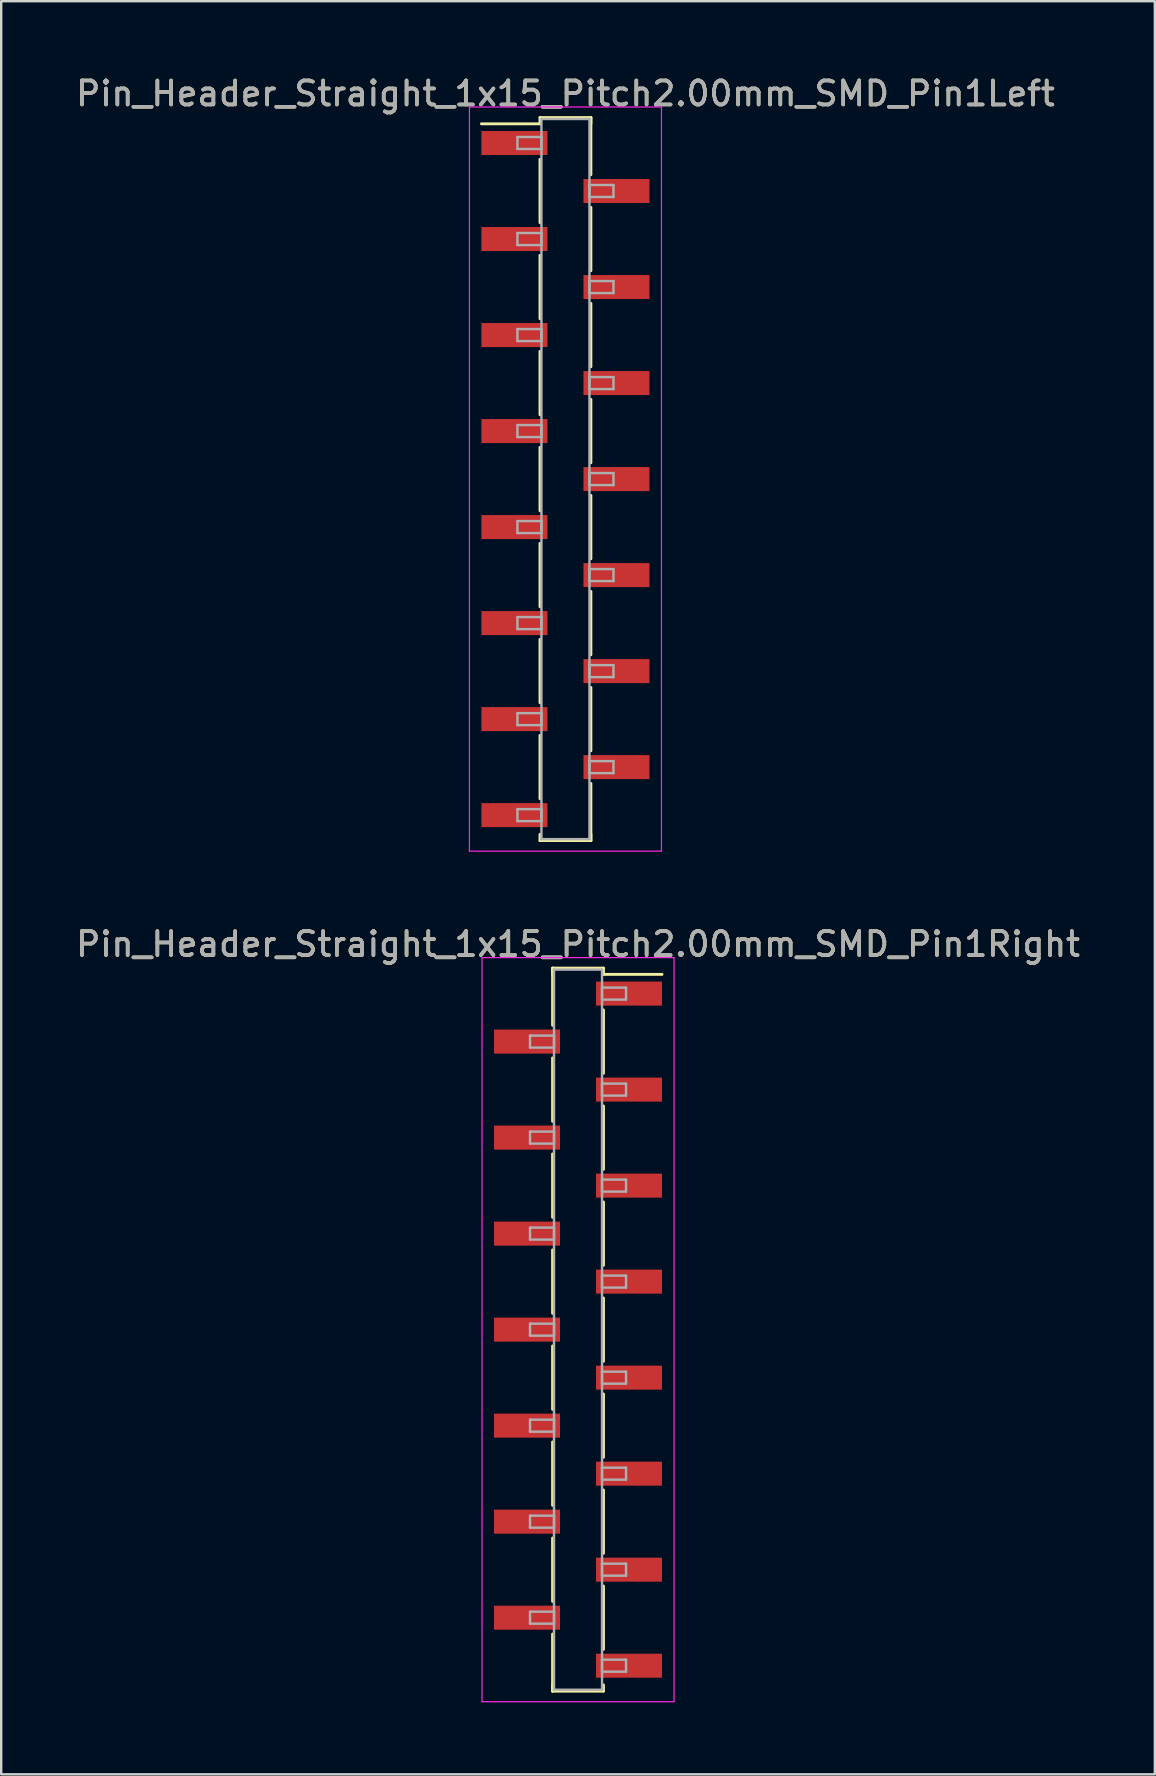
<source format=kicad_pcb>
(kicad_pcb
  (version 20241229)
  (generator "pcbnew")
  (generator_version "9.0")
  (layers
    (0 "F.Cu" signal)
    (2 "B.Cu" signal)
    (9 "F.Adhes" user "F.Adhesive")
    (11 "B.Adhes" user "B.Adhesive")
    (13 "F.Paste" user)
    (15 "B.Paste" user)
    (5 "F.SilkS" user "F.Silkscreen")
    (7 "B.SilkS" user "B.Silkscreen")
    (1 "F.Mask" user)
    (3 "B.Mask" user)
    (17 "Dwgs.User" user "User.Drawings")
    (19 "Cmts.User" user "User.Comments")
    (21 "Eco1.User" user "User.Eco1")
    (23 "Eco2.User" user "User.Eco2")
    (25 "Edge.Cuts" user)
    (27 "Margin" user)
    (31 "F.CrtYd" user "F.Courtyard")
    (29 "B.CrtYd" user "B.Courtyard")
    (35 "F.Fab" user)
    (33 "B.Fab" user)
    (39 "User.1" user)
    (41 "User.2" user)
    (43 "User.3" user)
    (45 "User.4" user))
  (footprint "Pin_Header_Straight_1x15_Pitch2.00mm_SMD_Pin1Right"
    (layer "F.Cu")
    (at 21.03 52.342)
    (property "Reference" "Pin_Header_Straight_1x15_Pitch2.00mm_SMD_Pin1Right" (at 0 -16.06 0) (layer "F.SilkS") (effects (font (size 1 1) (thickness 0.15))))
    (attr smd)
    (fp_line (start -1.06 -15.06) (end -1.06 -12.68) (stroke (width 0.12) (type solid)) (layer "F.SilkS"))
    (fp_line (start -1.06 -15.06) (end 1.06 -15.06) (stroke (width 0.12) (type solid)) (layer "F.SilkS"))
    (fp_line (start -1.06 -14.8) (end -1.06 -15.06) (stroke (width 0.12) (type solid)) (layer "F.SilkS"))
    (fp_line (start -1.06 -11.32) (end -1.06 -8.68) (stroke (width 0.12) (type solid)) (layer "F.SilkS"))
    (fp_line (start -1.06 -7.32) (end -1.06 -4.68) (stroke (width 0.12) (type solid)) (layer "F.SilkS"))
    (fp_line (start -1.06 -3.32) (end -1.06 -0.68) (stroke (width 0.12) (type solid)) (layer "F.SilkS"))
    (fp_line (start -1.06 0.68) (end -1.06 3.32) (stroke (width 0.12) (type solid)) (layer "F.SilkS"))
    (fp_line (start -1.06 4.68) (end -1.06 7.32) (stroke (width 0.12) (type solid)) (layer "F.SilkS"))
    (fp_line (start -1.06 8.68) (end -1.06 11.32) (stroke (width 0.12) (type solid)) (layer "F.SilkS"))
    (fp_line (start -1.06 12.68) (end -1.06 15.06) (stroke (width 0.12) (type solid)) (layer "F.SilkS"))
    (fp_line (start -1.06 14.8) (end -1.06 15.06) (stroke (width 0.12) (type solid)) (layer "F.SilkS"))
    (fp_line (start -1.06 15.06) (end 1.06 15.06) (stroke (width 0.12) (type solid)) (layer "F.SilkS"))
    (fp_line (start 1.06 -15.06) (end 1.06 -14.8) (stroke (width 0.12) (type solid)) (layer "F.SilkS"))
    (fp_line (start 1.06 -14.8) (end 3.5 -14.8) (stroke (width 0.12) (type solid)) (layer "F.SilkS"))
    (fp_line (start 1.06 -13.32) (end 1.06 -10.68) (stroke (width 0.12) (type solid)) (layer "F.SilkS"))
    (fp_line (start 1.06 -9.32) (end 1.06 -6.68) (stroke (width 0.12) (type solid)) (layer "F.SilkS"))
    (fp_line (start 1.06 -5.32) (end 1.06 -2.68) (stroke (width 0.12) (type solid)) (layer "F.SilkS"))
    (fp_line (start 1.06 -1.32) (end 1.06 1.32) (stroke (width 0.12) (type solid)) (layer "F.SilkS"))
    (fp_line (start 1.06 2.68) (end 1.06 5.32) (stroke (width 0.12) (type solid)) (layer "F.SilkS"))
    (fp_line (start 1.06 6.68) (end 1.06 9.32) (stroke (width 0.12) (type solid)) (layer "F.SilkS"))
    (fp_line (start 1.06 10.68) (end 1.06 13.32) (stroke (width 0.12) (type solid)) (layer "F.SilkS"))
    (fp_line (start 1.06 15.06) (end 1.06 14.8) (stroke (width 0.12) (type solid)) (layer "F.SilkS"))
    (fp_line (start -4 -15.5) (end -4 15.5) (stroke (width 0.05) (type solid)) (layer "F.CrtYd"))
    (fp_line (start -4 15.5) (end 4 15.5) (stroke (width 0.05) (type solid)) (layer "F.CrtYd"))
    (fp_line (start 4 -15.5) (end -4 -15.5) (stroke (width 0.05) (type solid)) (layer "F.CrtYd"))
    (fp_line (start 4 15.5) (end 4 -15.5) (stroke (width 0.05) (type solid)) (layer "F.CrtYd"))
    (fp_line (start -2 -12.25) (end -1 -12.25) (stroke (width 0.1) (type solid)) (layer "F.Fab"))
    (fp_line (start -2 -11.75) (end -2 -12.25) (stroke (width 0.1) (type solid)) (layer "F.Fab"))
    (fp_line (start -2 -8.25) (end -1 -8.25) (stroke (width 0.1) (type solid)) (layer "F.Fab"))
    (fp_line (start -2 -7.75) (end -2 -8.25) (stroke (width 0.1) (type solid)) (layer "F.Fab"))
    (fp_line (start -2 -4.25) (end -1 -4.25) (stroke (width 0.1) (type solid)) (layer "F.Fab"))
    (fp_line (start -2 -3.75) (end -2 -4.25) (stroke (width 0.1) (type solid)) (layer "F.Fab"))
    (fp_line (start -2 -0.25) (end -1 -0.25) (stroke (width 0.1) (type solid)) (layer "F.Fab"))
    (fp_line (start -2 0.25) (end -2 -0.25) (stroke (width 0.1) (type solid)) (layer "F.Fab"))
    (fp_line (start -2 3.75) (end -1 3.75) (stroke (width 0.1) (type solid)) (layer "F.Fab"))
    (fp_line (start -2 4.25) (end -2 3.75) (stroke (width 0.1) (type solid)) (layer "F.Fab"))
    (fp_line (start -2 7.75) (end -1 7.75) (stroke (width 0.1) (type solid)) (layer "F.Fab"))
    (fp_line (start -2 8.25) (end -2 7.75) (stroke (width 0.1) (type solid)) (layer "F.Fab"))
    (fp_line (start -2 11.75) (end -1 11.75) (stroke (width 0.1) (type solid)) (layer "F.Fab"))
    (fp_line (start -2 12.25) (end -2 11.75) (stroke (width 0.1) (type solid)) (layer "F.Fab"))
    (fp_line (start -1 -15) (end -1 15) (stroke (width 0.1) (type solid)) (layer "F.Fab"))
    (fp_line (start -1 -12.25) (end -1 -11.75) (stroke (width 0.1) (type solid)) (layer "F.Fab"))
    (fp_line (start -1 -11.75) (end -2 -11.75) (stroke (width 0.1) (type solid)) (layer "F.Fab"))
    (fp_line (start -1 -8.25) (end -1 -7.75) (stroke (width 0.1) (type solid)) (layer "F.Fab"))
    (fp_line (start -1 -7.75) (end -2 -7.75) (stroke (width 0.1) (type solid)) (layer "F.Fab"))
    (fp_line (start -1 -4.25) (end -1 -3.75) (stroke (width 0.1) (type solid)) (layer "F.Fab"))
    (fp_line (start -1 -3.75) (end -2 -3.75) (stroke (width 0.1) (type solid)) (layer "F.Fab"))
    (fp_line (start -1 -0.25) (end -1 0.25) (stroke (width 0.1) (type solid)) (layer "F.Fab"))
    (fp_line (start -1 0.25) (end -2 0.25) (stroke (width 0.1) (type solid)) (layer "F.Fab"))
    (fp_line (start -1 3.75) (end -1 4.25) (stroke (width 0.1) (type solid)) (layer "F.Fab"))
    (fp_line (start -1 4.25) (end -2 4.25) (stroke (width 0.1) (type solid)) (layer "F.Fab"))
    (fp_line (start -1 7.75) (end -1 8.25) (stroke (width 0.1) (type solid)) (layer "F.Fab"))
    (fp_line (start -1 8.25) (end -2 8.25) (stroke (width 0.1) (type solid)) (layer "F.Fab"))
    (fp_line (start -1 11.75) (end -1 12.25) (stroke (width 0.1) (type solid)) (layer "F.Fab"))
    (fp_line (start -1 12.25) (end -2 12.25) (stroke (width 0.1) (type solid)) (layer "F.Fab"))
    (fp_line (start -1 15) (end 1 15) (stroke (width 0.1) (type solid)) (layer "F.Fab"))
    (fp_line (start 1 -15) (end -1 -15) (stroke (width 0.1) (type solid)) (layer "F.Fab"))
    (fp_line (start 1 -14.25) (end 1 -13.75) (stroke (width 0.1) (type solid)) (layer "F.Fab"))
    (fp_line (start 1 -13.75) (end 2 -13.75) (stroke (width 0.1) (type solid)) (layer "F.Fab"))
    (fp_line (start 1 -10.25) (end 1 -9.75) (stroke (width 0.1) (type solid)) (layer "F.Fab"))
    (fp_line (start 1 -9.75) (end 2 -9.75) (stroke (width 0.1) (type solid)) (layer "F.Fab"))
    (fp_line (start 1 -6.25) (end 1 -5.75) (stroke (width 0.1) (type solid)) (layer "F.Fab"))
    (fp_line (start 1 -5.75) (end 2 -5.75) (stroke (width 0.1) (type solid)) (layer "F.Fab"))
    (fp_line (start 1 -2.25) (end 1 -1.75) (stroke (width 0.1) (type solid)) (layer "F.Fab"))
    (fp_line (start 1 -1.75) (end 2 -1.75) (stroke (width 0.1) (type solid)) (layer "F.Fab"))
    (fp_line (start 1 1.75) (end 1 2.25) (stroke (width 0.1) (type solid)) (layer "F.Fab"))
    (fp_line (start 1 2.25) (end 2 2.25) (stroke (width 0.1) (type solid)) (layer "F.Fab"))
    (fp_line (start 1 5.75) (end 1 6.25) (stroke (width 0.1) (type solid)) (layer "F.Fab"))
    (fp_line (start 1 6.25) (end 2 6.25) (stroke (width 0.1) (type solid)) (layer "F.Fab"))
    (fp_line (start 1 9.75) (end 1 10.25) (stroke (width 0.1) (type solid)) (layer "F.Fab"))
    (fp_line (start 1 10.25) (end 2 10.25) (stroke (width 0.1) (type solid)) (layer "F.Fab"))
    (fp_line (start 1 13.75) (end 1 14.25) (stroke (width 0.1) (type solid)) (layer "F.Fab"))
    (fp_line (start 1 14.25) (end 2 14.25) (stroke (width 0.1) (type solid)) (layer "F.Fab"))
    (fp_line (start 1 15) (end 1 -15) (stroke (width 0.1) (type solid)) (layer "F.Fab"))
    (fp_line (start 2 -14.25) (end 1 -14.25) (stroke (width 0.1) (type solid)) (layer "F.Fab"))
    (fp_line (start 2 -13.75) (end 2 -14.25) (stroke (width 0.1) (type solid)) (layer "F.Fab"))
    (fp_line (start 2 -10.25) (end 1 -10.25) (stroke (width 0.1) (type solid)) (layer "F.Fab"))
    (fp_line (start 2 -9.75) (end 2 -10.25) (stroke (width 0.1) (type solid)) (layer "F.Fab"))
    (fp_line (start 2 -6.25) (end 1 -6.25) (stroke (width 0.1) (type solid)) (layer "F.Fab"))
    (fp_line (start 2 -5.75) (end 2 -6.25) (stroke (width 0.1) (type solid)) (layer "F.Fab"))
    (fp_line (start 2 -2.25) (end 1 -2.25) (stroke (width 0.1) (type solid)) (layer "F.Fab"))
    (fp_line (start 2 -1.75) (end 2 -2.25) (stroke (width 0.1) (type solid)) (layer "F.Fab"))
    (fp_line (start 2 1.75) (end 1 1.75) (stroke (width 0.1) (type solid)) (layer "F.Fab"))
    (fp_line (start 2 2.25) (end 2 1.75) (stroke (width 0.1) (type solid)) (layer "F.Fab"))
    (fp_line (start 2 5.75) (end 1 5.75) (stroke (width 0.1) (type solid)) (layer "F.Fab"))
    (fp_line (start 2 6.25) (end 2 5.75) (stroke (width 0.1) (type solid)) (layer "F.Fab"))
    (fp_line (start 2 9.75) (end 1 9.75) (stroke (width 0.1) (type solid)) (layer "F.Fab"))
    (fp_line (start 2 10.25) (end 2 9.75) (stroke (width 0.1) (type solid)) (layer "F.Fab"))
    (fp_line (start 2 13.75) (end 1 13.75) (stroke (width 0.1) (type solid)) (layer "F.Fab"))
    (fp_line (start 2 14.25) (end 2 13.75) (stroke (width 0.1) (type solid)) (layer "F.Fab"))
    (fp_text user "${REFERENCE}" (at 0 -16.06 0) (layer "F.Fab") (effects (font (size 1 1) (thickness 0.15))))
    (pad "1" smd rect (at 2.125 -14) (size 2.75 1) (layers "F.Cu" "F.Mask" "F.Paste"))
    (pad "2" smd rect (at -2.125 -12) (size 2.75 1) (layers "F.Cu" "F.Mask" "F.Paste"))
    (pad "3" smd rect (at 2.125 -10) (size 2.75 1) (layers "F.Cu" "F.Mask" "F.Paste"))
    (pad "4" smd rect (at -2.125 -8) (size 2.75 1) (layers "F.Cu" "F.Mask" "F.Paste"))
    (pad "5" smd rect (at 2.125 -6) (size 2.75 1) (layers "F.Cu" "F.Mask" "F.Paste"))
    (pad "6" smd rect (at -2.125 -4) (size 2.75 1) (layers "F.Cu" "F.Mask" "F.Paste"))
    (pad "7" smd rect (at 2.125 -2) (size 2.75 1) (layers "F.Cu" "F.Mask" "F.Paste"))
    (pad "8" smd rect (at -2.125 0) (size 2.75 1) (layers "F.Cu" "F.Mask" "F.Paste"))
    (pad "9" smd rect (at 2.125 2) (size 2.75 1) (layers "F.Cu" "F.Mask" "F.Paste"))
    (pad "10" smd rect (at -2.125 4) (size 2.75 1) (layers "F.Cu" "F.Mask" "F.Paste"))
    (pad "11" smd rect (at 2.125 6) (size 2.75 1) (layers "F.Cu" "F.Mask" "F.Paste"))
    (pad "12" smd rect (at -2.125 8) (size 2.75 1) (layers "F.Cu" "F.Mask" "F.Paste"))
    (pad "13" smd rect (at 2.125 10) (size 2.75 1) (layers "F.Cu" "F.Mask" "F.Paste"))
    (pad "14" smd rect (at -2.125 12) (size 2.75 1) (layers "F.Cu" "F.Mask" "F.Paste"))
    (pad "15" smd rect (at 2.125 14) (size 2.75 1) (layers "F.Cu" "F.Mask" "F.Paste")))
  (footprint "Pin_Header_Straight_1x15_Pitch2.00mm_SMD_Pin1Left"
    (layer "F.Cu")
    (at 20.506 16.908)
    (property "Reference" "Pin_Header_Straight_1x15_Pitch2.00mm_SMD_Pin1Left" (at 0 -16.06 0) (layer "F.SilkS") (effects (font (size 1 1) (thickness 0.15))))
    (attr smd)
    (fp_line (start -1.06 -15.06) (end 1.06 -15.06) (stroke (width 0.12) (type solid)) (layer "F.SilkS"))
    (fp_line (start -1.06 -14.8) (end -3.5 -14.8) (stroke (width 0.12) (type solid)) (layer "F.SilkS"))
    (fp_line (start -1.06 -14.8) (end -1.06 -15.06) (stroke (width 0.12) (type solid)) (layer "F.SilkS"))
    (fp_line (start -1.06 -13.32) (end -1.06 -10.68) (stroke (width 0.12) (type solid)) (layer "F.SilkS"))
    (fp_line (start -1.06 -9.32) (end -1.06 -6.68) (stroke (width 0.12) (type solid)) (layer "F.SilkS"))
    (fp_line (start -1.06 -5.32) (end -1.06 -2.68) (stroke (width 0.12) (type solid)) (layer "F.SilkS"))
    (fp_line (start -1.06 -1.32) (end -1.06 1.32) (stroke (width 0.12) (type solid)) (layer "F.SilkS"))
    (fp_line (start -1.06 2.68) (end -1.06 5.32) (stroke (width 0.12) (type solid)) (layer "F.SilkS"))
    (fp_line (start -1.06 6.68) (end -1.06 9.32) (stroke (width 0.12) (type solid)) (layer "F.SilkS"))
    (fp_line (start -1.06 10.68) (end -1.06 13.32) (stroke (width 0.12) (type solid)) (layer "F.SilkS"))
    (fp_line (start -1.06 14.8) (end -1.06 15.06) (stroke (width 0.12) (type solid)) (layer "F.SilkS"))
    (fp_line (start -1.06 15.06) (end 1.06 15.06) (stroke (width 0.12) (type solid)) (layer "F.SilkS"))
    (fp_line (start 1.06 -15.06) (end 1.06 -14.8) (stroke (width 0.12) (type solid)) (layer "F.SilkS"))
    (fp_line (start 1.06 -15.06) (end 1.06 -12.68) (stroke (width 0.12) (type solid)) (layer "F.SilkS"))
    (fp_line (start 1.06 -11.32) (end 1.06 -8.68) (stroke (width 0.12) (type solid)) (layer "F.SilkS"))
    (fp_line (start 1.06 -7.32) (end 1.06 -4.68) (stroke (width 0.12) (type solid)) (layer "F.SilkS"))
    (fp_line (start 1.06 -3.32) (end 1.06 -0.68) (stroke (width 0.12) (type solid)) (layer "F.SilkS"))
    (fp_line (start 1.06 0.68) (end 1.06 3.32) (stroke (width 0.12) (type solid)) (layer "F.SilkS"))
    (fp_line (start 1.06 4.68) (end 1.06 7.32) (stroke (width 0.12) (type solid)) (layer "F.SilkS"))
    (fp_line (start 1.06 8.68) (end 1.06 11.32) (stroke (width 0.12) (type solid)) (layer "F.SilkS"))
    (fp_line (start 1.06 12.68) (end 1.06 15.06) (stroke (width 0.12) (type solid)) (layer "F.SilkS"))
    (fp_line (start 1.06 15.06) (end 1.06 14.8) (stroke (width 0.12) (type solid)) (layer "F.SilkS"))
    (fp_line (start -4 -15.5) (end -4 15.5) (stroke (width 0.05) (type solid)) (layer "F.CrtYd"))
    (fp_line (start -4 15.5) (end 4 15.5) (stroke (width 0.05) (type solid)) (layer "F.CrtYd"))
    (fp_line (start 4 -15.5) (end -4 -15.5) (stroke (width 0.05) (type solid)) (layer "F.CrtYd"))
    (fp_line (start 4 15.5) (end 4 -15.5) (stroke (width 0.05) (type solid)) (layer "F.CrtYd"))
    (fp_line (start -2 -14.25) (end -1 -14.25) (stroke (width 0.1) (type solid)) (layer "F.Fab"))
    (fp_line (start -2 -13.75) (end -2 -14.25) (stroke (width 0.1) (type solid)) (layer "F.Fab"))
    (fp_line (start -2 -10.25) (end -1 -10.25) (stroke (width 0.1) (type solid)) (layer "F.Fab"))
    (fp_line (start -2 -9.75) (end -2 -10.25) (stroke (width 0.1) (type solid)) (layer "F.Fab"))
    (fp_line (start -2 -6.25) (end -1 -6.25) (stroke (width 0.1) (type solid)) (layer "F.Fab"))
    (fp_line (start -2 -5.75) (end -2 -6.25) (stroke (width 0.1) (type solid)) (layer "F.Fab"))
    (fp_line (start -2 -2.25) (end -1 -2.25) (stroke (width 0.1) (type solid)) (layer "F.Fab"))
    (fp_line (start -2 -1.75) (end -2 -2.25) (stroke (width 0.1) (type solid)) (layer "F.Fab"))
    (fp_line (start -2 1.75) (end -1 1.75) (stroke (width 0.1) (type solid)) (layer "F.Fab"))
    (fp_line (start -2 2.25) (end -2 1.75) (stroke (width 0.1) (type solid)) (layer "F.Fab"))
    (fp_line (start -2 5.75) (end -1 5.75) (stroke (width 0.1) (type solid)) (layer "F.Fab"))
    (fp_line (start -2 6.25) (end -2 5.75) (stroke (width 0.1) (type solid)) (layer "F.Fab"))
    (fp_line (start -2 9.75) (end -1 9.75) (stroke (width 0.1) (type solid)) (layer "F.Fab"))
    (fp_line (start -2 10.25) (end -2 9.75) (stroke (width 0.1) (type solid)) (layer "F.Fab"))
    (fp_line (start -2 13.75) (end -1 13.75) (stroke (width 0.1) (type solid)) (layer "F.Fab"))
    (fp_line (start -2 14.25) (end -2 13.75) (stroke (width 0.1) (type solid)) (layer "F.Fab"))
    (fp_line (start -1 -15) (end -1 15) (stroke (width 0.1) (type solid)) (layer "F.Fab"))
    (fp_line (start -1 -14.25) (end -1 -13.75) (stroke (width 0.1) (type solid)) (layer "F.Fab"))
    (fp_line (start -1 -13.75) (end -2 -13.75) (stroke (width 0.1) (type solid)) (layer "F.Fab"))
    (fp_line (start -1 -10.25) (end -1 -9.75) (stroke (width 0.1) (type solid)) (layer "F.Fab"))
    (fp_line (start -1 -9.75) (end -2 -9.75) (stroke (width 0.1) (type solid)) (layer "F.Fab"))
    (fp_line (start -1 -6.25) (end -1 -5.75) (stroke (width 0.1) (type solid)) (layer "F.Fab"))
    (fp_line (start -1 -5.75) (end -2 -5.75) (stroke (width 0.1) (type solid)) (layer "F.Fab"))
    (fp_line (start -1 -2.25) (end -1 -1.75) (stroke (width 0.1) (type solid)) (layer "F.Fab"))
    (fp_line (start -1 -1.75) (end -2 -1.75) (stroke (width 0.1) (type solid)) (layer "F.Fab"))
    (fp_line (start -1 1.75) (end -1 2.25) (stroke (width 0.1) (type solid)) (layer "F.Fab"))
    (fp_line (start -1 2.25) (end -2 2.25) (stroke (width 0.1) (type solid)) (layer "F.Fab"))
    (fp_line (start -1 5.75) (end -1 6.25) (stroke (width 0.1) (type solid)) (layer "F.Fab"))
    (fp_line (start -1 6.25) (end -2 6.25) (stroke (width 0.1) (type solid)) (layer "F.Fab"))
    (fp_line (start -1 9.75) (end -1 10.25) (stroke (width 0.1) (type solid)) (layer "F.Fab"))
    (fp_line (start -1 10.25) (end -2 10.25) (stroke (width 0.1) (type solid)) (layer "F.Fab"))
    (fp_line (start -1 13.75) (end -1 14.25) (stroke (width 0.1) (type solid)) (layer "F.Fab"))
    (fp_line (start -1 14.25) (end -2 14.25) (stroke (width 0.1) (type solid)) (layer "F.Fab"))
    (fp_line (start -1 15) (end 1 15) (stroke (width 0.1) (type solid)) (layer "F.Fab"))
    (fp_line (start 1 -15) (end -1 -15) (stroke (width 0.1) (type solid)) (layer "F.Fab"))
    (fp_line (start 1 -12.25) (end 1 -11.75) (stroke (width 0.1) (type solid)) (layer "F.Fab"))
    (fp_line (start 1 -11.75) (end 2 -11.75) (stroke (width 0.1) (type solid)) (layer "F.Fab"))
    (fp_line (start 1 -8.25) (end 1 -7.75) (stroke (width 0.1) (type solid)) (layer "F.Fab"))
    (fp_line (start 1 -7.75) (end 2 -7.75) (stroke (width 0.1) (type solid)) (layer "F.Fab"))
    (fp_line (start 1 -4.25) (end 1 -3.75) (stroke (width 0.1) (type solid)) (layer "F.Fab"))
    (fp_line (start 1 -3.75) (end 2 -3.75) (stroke (width 0.1) (type solid)) (layer "F.Fab"))
    (fp_line (start 1 -0.25) (end 1 0.25) (stroke (width 0.1) (type solid)) (layer "F.Fab"))
    (fp_line (start 1 0.25) (end 2 0.25) (stroke (width 0.1) (type solid)) (layer "F.Fab"))
    (fp_line (start 1 3.75) (end 1 4.25) (stroke (width 0.1) (type solid)) (layer "F.Fab"))
    (fp_line (start 1 4.25) (end 2 4.25) (stroke (width 0.1) (type solid)) (layer "F.Fab"))
    (fp_line (start 1 7.75) (end 1 8.25) (stroke (width 0.1) (type solid)) (layer "F.Fab"))
    (fp_line (start 1 8.25) (end 2 8.25) (stroke (width 0.1) (type solid)) (layer "F.Fab"))
    (fp_line (start 1 11.75) (end 1 12.25) (stroke (width 0.1) (type solid)) (layer "F.Fab"))
    (fp_line (start 1 12.25) (end 2 12.25) (stroke (width 0.1) (type solid)) (layer "F.Fab"))
    (fp_line (start 1 15) (end 1 -15) (stroke (width 0.1) (type solid)) (layer "F.Fab"))
    (fp_line (start 2 -12.25) (end 1 -12.25) (stroke (width 0.1) (type solid)) (layer "F.Fab"))
    (fp_line (start 2 -11.75) (end 2 -12.25) (stroke (width 0.1) (type solid)) (layer "F.Fab"))
    (fp_line (start 2 -8.25) (end 1 -8.25) (stroke (width 0.1) (type solid)) (layer "F.Fab"))
    (fp_line (start 2 -7.75) (end 2 -8.25) (stroke (width 0.1) (type solid)) (layer "F.Fab"))
    (fp_line (start 2 -4.25) (end 1 -4.25) (stroke (width 0.1) (type solid)) (layer "F.Fab"))
    (fp_line (start 2 -3.75) (end 2 -4.25) (stroke (width 0.1) (type solid)) (layer "F.Fab"))
    (fp_line (start 2 -0.25) (end 1 -0.25) (stroke (width 0.1) (type solid)) (layer "F.Fab"))
    (fp_line (start 2 0.25) (end 2 -0.25) (stroke (width 0.1) (type solid)) (layer "F.Fab"))
    (fp_line (start 2 3.75) (end 1 3.75) (stroke (width 0.1) (type solid)) (layer "F.Fab"))
    (fp_line (start 2 4.25) (end 2 3.75) (stroke (width 0.1) (type solid)) (layer "F.Fab"))
    (fp_line (start 2 7.75) (end 1 7.75) (stroke (width 0.1) (type solid)) (layer "F.Fab"))
    (fp_line (start 2 8.25) (end 2 7.75) (stroke (width 0.1) (type solid)) (layer "F.Fab"))
    (fp_line (start 2 11.75) (end 1 11.75) (stroke (width 0.1) (type solid)) (layer "F.Fab"))
    (fp_line (start 2 12.25) (end 2 11.75) (stroke (width 0.1) (type solid)) (layer "F.Fab"))
    (fp_text user "${REFERENCE}" (at 0 -16.06 0) (layer "F.Fab") (effects (font (size 1 1) (thickness 0.15))))
    (pad "1" smd rect (at -2.125 -14) (size 2.75 1) (layers "F.Cu" "F.Mask" "F.Paste"))
    (pad "2" smd rect (at 2.125 -12) (size 2.75 1) (layers "F.Cu" "F.Mask" "F.Paste"))
    (pad "3" smd rect (at -2.125 -10) (size 2.75 1) (layers "F.Cu" "F.Mask" "F.Paste"))
    (pad "4" smd rect (at 2.125 -8) (size 2.75 1) (layers "F.Cu" "F.Mask" "F.Paste"))
    (pad "5" smd rect (at -2.125 -6) (size 2.75 1) (layers "F.Cu" "F.Mask" "F.Paste"))
    (pad "6" smd rect (at 2.125 -4) (size 2.75 1) (layers "F.Cu" "F.Mask" "F.Paste"))
    (pad "7" smd rect (at -2.125 -2) (size 2.75 1) (layers "F.Cu" "F.Mask" "F.Paste"))
    (pad "8" smd rect (at 2.125 0) (size 2.75 1) (layers "F.Cu" "F.Mask" "F.Paste"))
    (pad "9" smd rect (at -2.125 2) (size 2.75 1) (layers "F.Cu" "F.Mask" "F.Paste"))
    (pad "10" smd rect (at 2.125 4) (size 2.75 1) (layers "F.Cu" "F.Mask" "F.Paste"))
    (pad "11" smd rect (at -2.125 6) (size 2.75 1) (layers "F.Cu" "F.Mask" "F.Paste"))
    (pad "12" smd rect (at 2.125 8) (size 2.75 1) (layers "F.Cu" "F.Mask" "F.Paste"))
    (pad "13" smd rect (at -2.125 10) (size 2.75 1) (layers "F.Cu" "F.Mask" "F.Paste"))
    (pad "14" smd rect (at 2.125 12) (size 2.75 1) (layers "F.Cu" "F.Mask" "F.Paste"))
    (pad "15" smd rect (at -2.125 14) (size 2.75 1) (layers "F.Cu" "F.Mask" "F.Paste")))
  (gr_rect
    (start -3 -3)
    (end 45.06 70.867)
    (stroke (width 0.1) (type default))
    (fill no)
    (layer "Edge.Cuts")))
</source>
